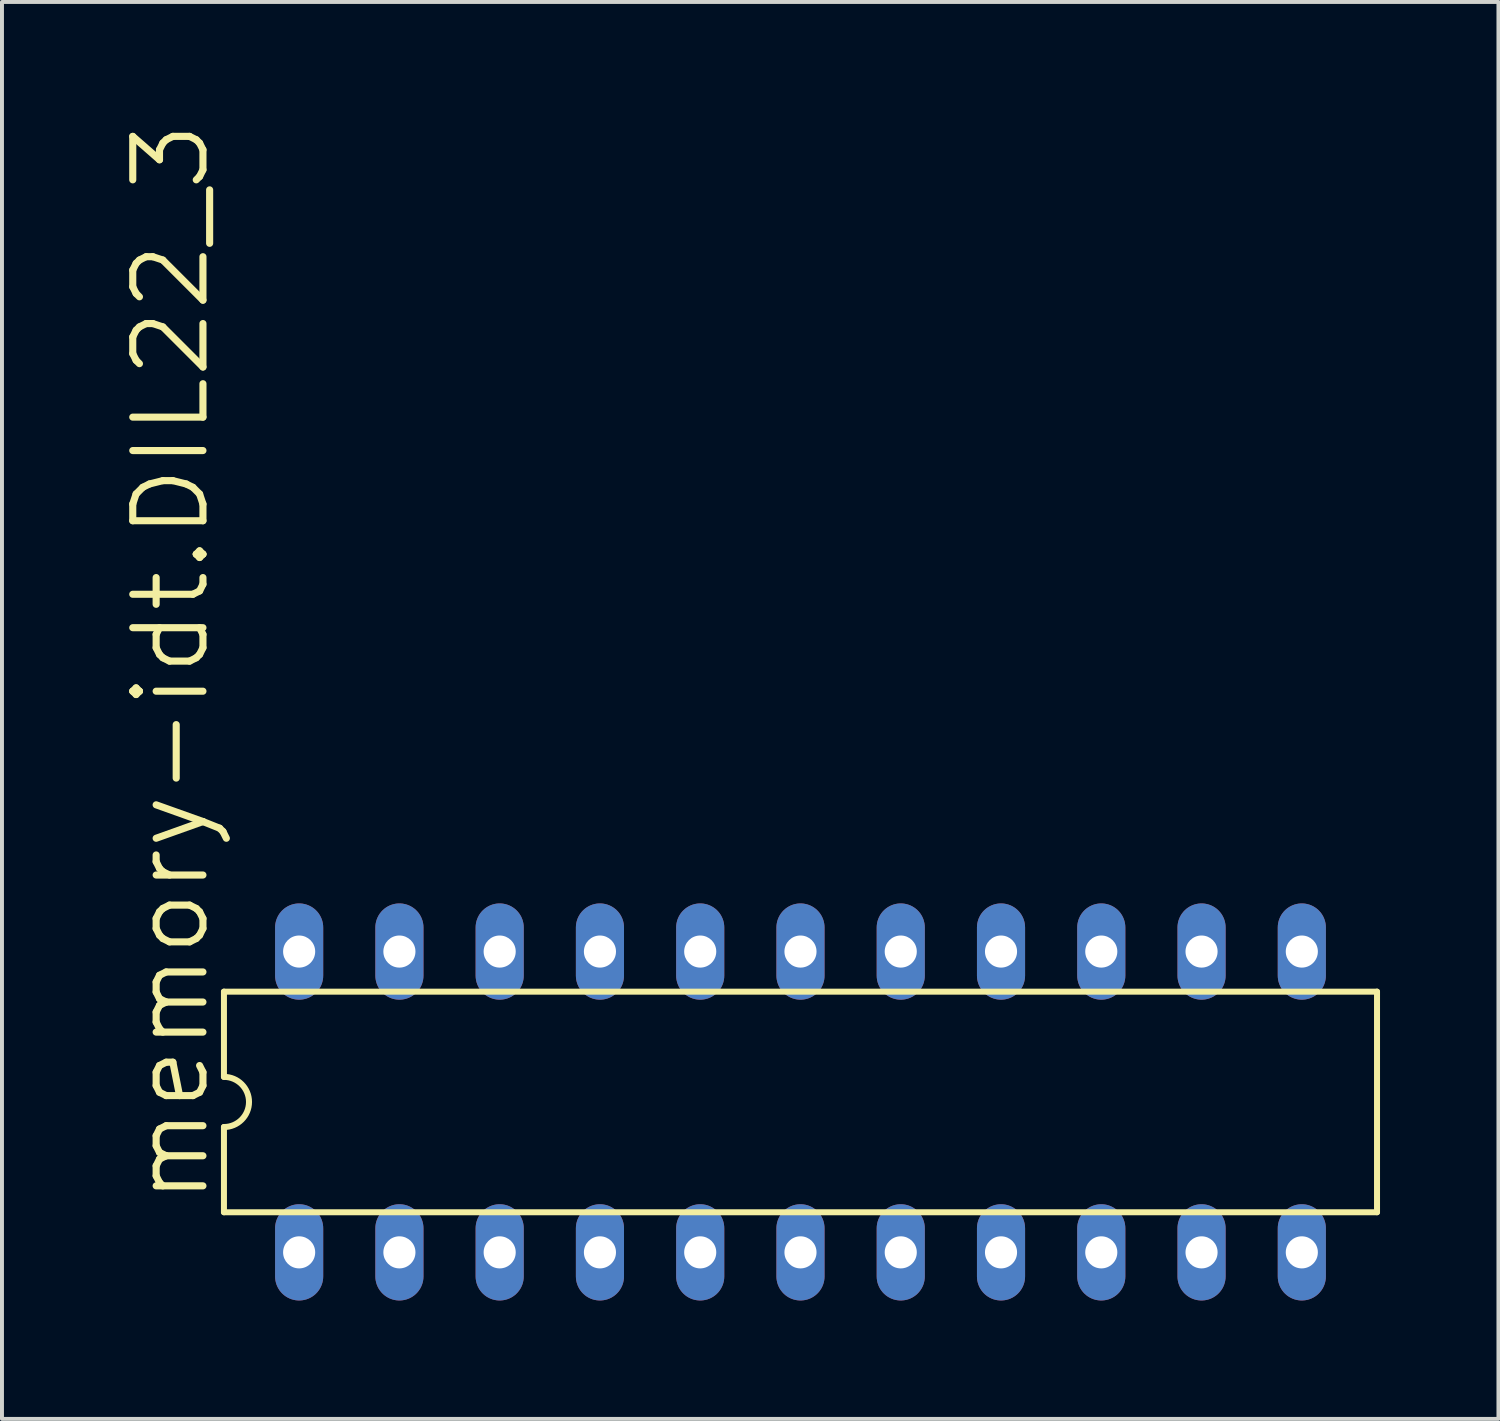
<source format=kicad_pcb>
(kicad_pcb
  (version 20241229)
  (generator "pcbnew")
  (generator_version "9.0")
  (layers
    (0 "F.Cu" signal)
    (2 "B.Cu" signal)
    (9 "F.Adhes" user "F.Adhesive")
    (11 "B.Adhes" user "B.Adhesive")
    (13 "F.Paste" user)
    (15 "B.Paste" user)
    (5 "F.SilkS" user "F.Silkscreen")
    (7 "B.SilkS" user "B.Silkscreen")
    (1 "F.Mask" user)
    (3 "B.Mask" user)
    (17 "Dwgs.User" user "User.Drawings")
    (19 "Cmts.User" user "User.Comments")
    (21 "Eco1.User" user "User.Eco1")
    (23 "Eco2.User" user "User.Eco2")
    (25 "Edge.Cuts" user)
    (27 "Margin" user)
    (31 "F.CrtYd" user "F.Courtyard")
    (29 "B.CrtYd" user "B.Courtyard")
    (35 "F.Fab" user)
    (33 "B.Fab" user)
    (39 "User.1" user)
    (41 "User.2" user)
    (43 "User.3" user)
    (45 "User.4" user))
  (footprint "memory-idt.DIL22_3"
    (layer "F.Cu")
    (at 17.228 24.865)
    (property "Reference" "memory-idt.DIL22_3" (at -14.91 2.667 90) (layer "F.SilkS") (effects (font (size 1.778 1.778) (thickness 0.18)) (justify left bottom)))
    (attr through_hole)
    (fp_line (start -14.605 -2.794) (end -14.605 -0.635) (stroke (width 0.152) (type default)) (layer "F.SilkS"))
    (fp_line (start -14.605 -2.794) (end 14.605 -2.794) (stroke (width 0.152) (type default)) (layer "F.SilkS"))
    (fp_line (start -14.605 0.635) (end -14.605 2.794) (stroke (width 0.152) (type default)) (layer "F.SilkS"))
    (fp_line (start -14.605 2.794) (end 14.605 2.794) (stroke (width 0.152) (type default)) (layer "F.SilkS"))
    (fp_line (start 14.605 2.794) (end 14.605 -2.794) (stroke (width 0.152) (type default)) (layer "F.SilkS"))
    (fp_arc (start -14.605 -0.635) (mid -13.97 0) (end -14.605 0.635) (stroke (width 0.1524) (type default)) (layer "F.SilkS"))
    (pad "1" thru_hole oval (at -12.7 3.81 90) (size 2.438 1.219) (drill 0.813) (layers "*.Cu" "*.Mask"))
    (pad "2" thru_hole oval (at -10.16 3.81 90) (size 2.438 1.219) (drill 0.813) (layers "*.Cu" "*.Mask"))
    (pad "3" thru_hole oval (at -7.62 3.81 90) (size 2.438 1.219) (drill 0.813) (layers "*.Cu" "*.Mask"))
    (pad "4" thru_hole oval (at -5.08 3.81 90) (size 2.438 1.219) (drill 0.813) (layers "*.Cu" "*.Mask"))
    (pad "5" thru_hole oval (at -2.54 3.81 90) (size 2.438 1.219) (drill 0.813) (layers "*.Cu" "*.Mask"))
    (pad "6" thru_hole oval (at 0 3.81 90) (size 2.438 1.219) (drill 0.813) (layers "*.Cu" "*.Mask"))
    (pad "7" thru_hole oval (at 2.54 3.81 90) (size 2.438 1.219) (drill 0.813) (layers "*.Cu" "*.Mask"))
    (pad "8" thru_hole oval (at 5.08 3.81 90) (size 2.438 1.219) (drill 0.813) (layers "*.Cu" "*.Mask"))
    (pad "9" thru_hole oval (at 7.62 3.81 90) (size 2.438 1.219) (drill 0.813) (layers "*.Cu" "*.Mask"))
    (pad "10" thru_hole oval (at 10.16 3.81 90) (size 2.438 1.219) (drill 0.813) (layers "*.Cu" "*.Mask"))
    (pad "11" thru_hole oval (at 12.7 3.81 90) (size 2.438 1.219) (drill 0.813) (layers "*.Cu" "*.Mask"))
    (pad "12" thru_hole oval (at 12.7 -3.81 90) (size 2.438 1.219) (drill 0.813) (layers "*.Cu" "*.Mask"))
    (pad "13" thru_hole oval (at 10.16 -3.81 90) (size 2.438 1.219) (drill 0.813) (layers "*.Cu" "*.Mask"))
    (pad "14" thru_hole oval (at 7.62 -3.81 90) (size 2.438 1.219) (drill 0.813) (layers "*.Cu" "*.Mask"))
    (pad "15" thru_hole oval (at 5.08 -3.81 90) (size 2.438 1.219) (drill 0.813) (layers "*.Cu" "*.Mask"))
    (pad "16" thru_hole oval (at 2.54 -3.81 90) (size 2.438 1.219) (drill 0.813) (layers "*.Cu" "*.Mask"))
    (pad "17" thru_hole oval (at 0 -3.81 90) (size 2.438 1.219) (drill 0.813) (layers "*.Cu" "*.Mask"))
    (pad "18" thru_hole oval (at -2.54 -3.81 90) (size 2.438 1.219) (drill 0.813) (layers "*.Cu" "*.Mask"))
    (pad "19" thru_hole oval (at -5.08 -3.81 90) (size 2.438 1.219) (drill 0.813) (layers "*.Cu" "*.Mask"))
    (pad "20" thru_hole oval (at -7.62 -3.81 90) (size 2.438 1.219) (drill 0.813) (layers "*.Cu" "*.Mask"))
    (pad "21" thru_hole oval (at -10.16 -3.81 90) (size 2.438 1.219) (drill 0.813) (layers "*.Cu" "*.Mask"))
    (pad "22" thru_hole oval (at -12.7 -3.81 90) (size 2.438 1.219) (drill 0.813) (layers "*.Cu" "*.Mask")))
  (gr_rect
    (start -3 -3)
    (end 34.909 32.894)
    (stroke (width 0.1) (type default))
    (fill no)
    (layer "Edge.Cuts")))
</source>
